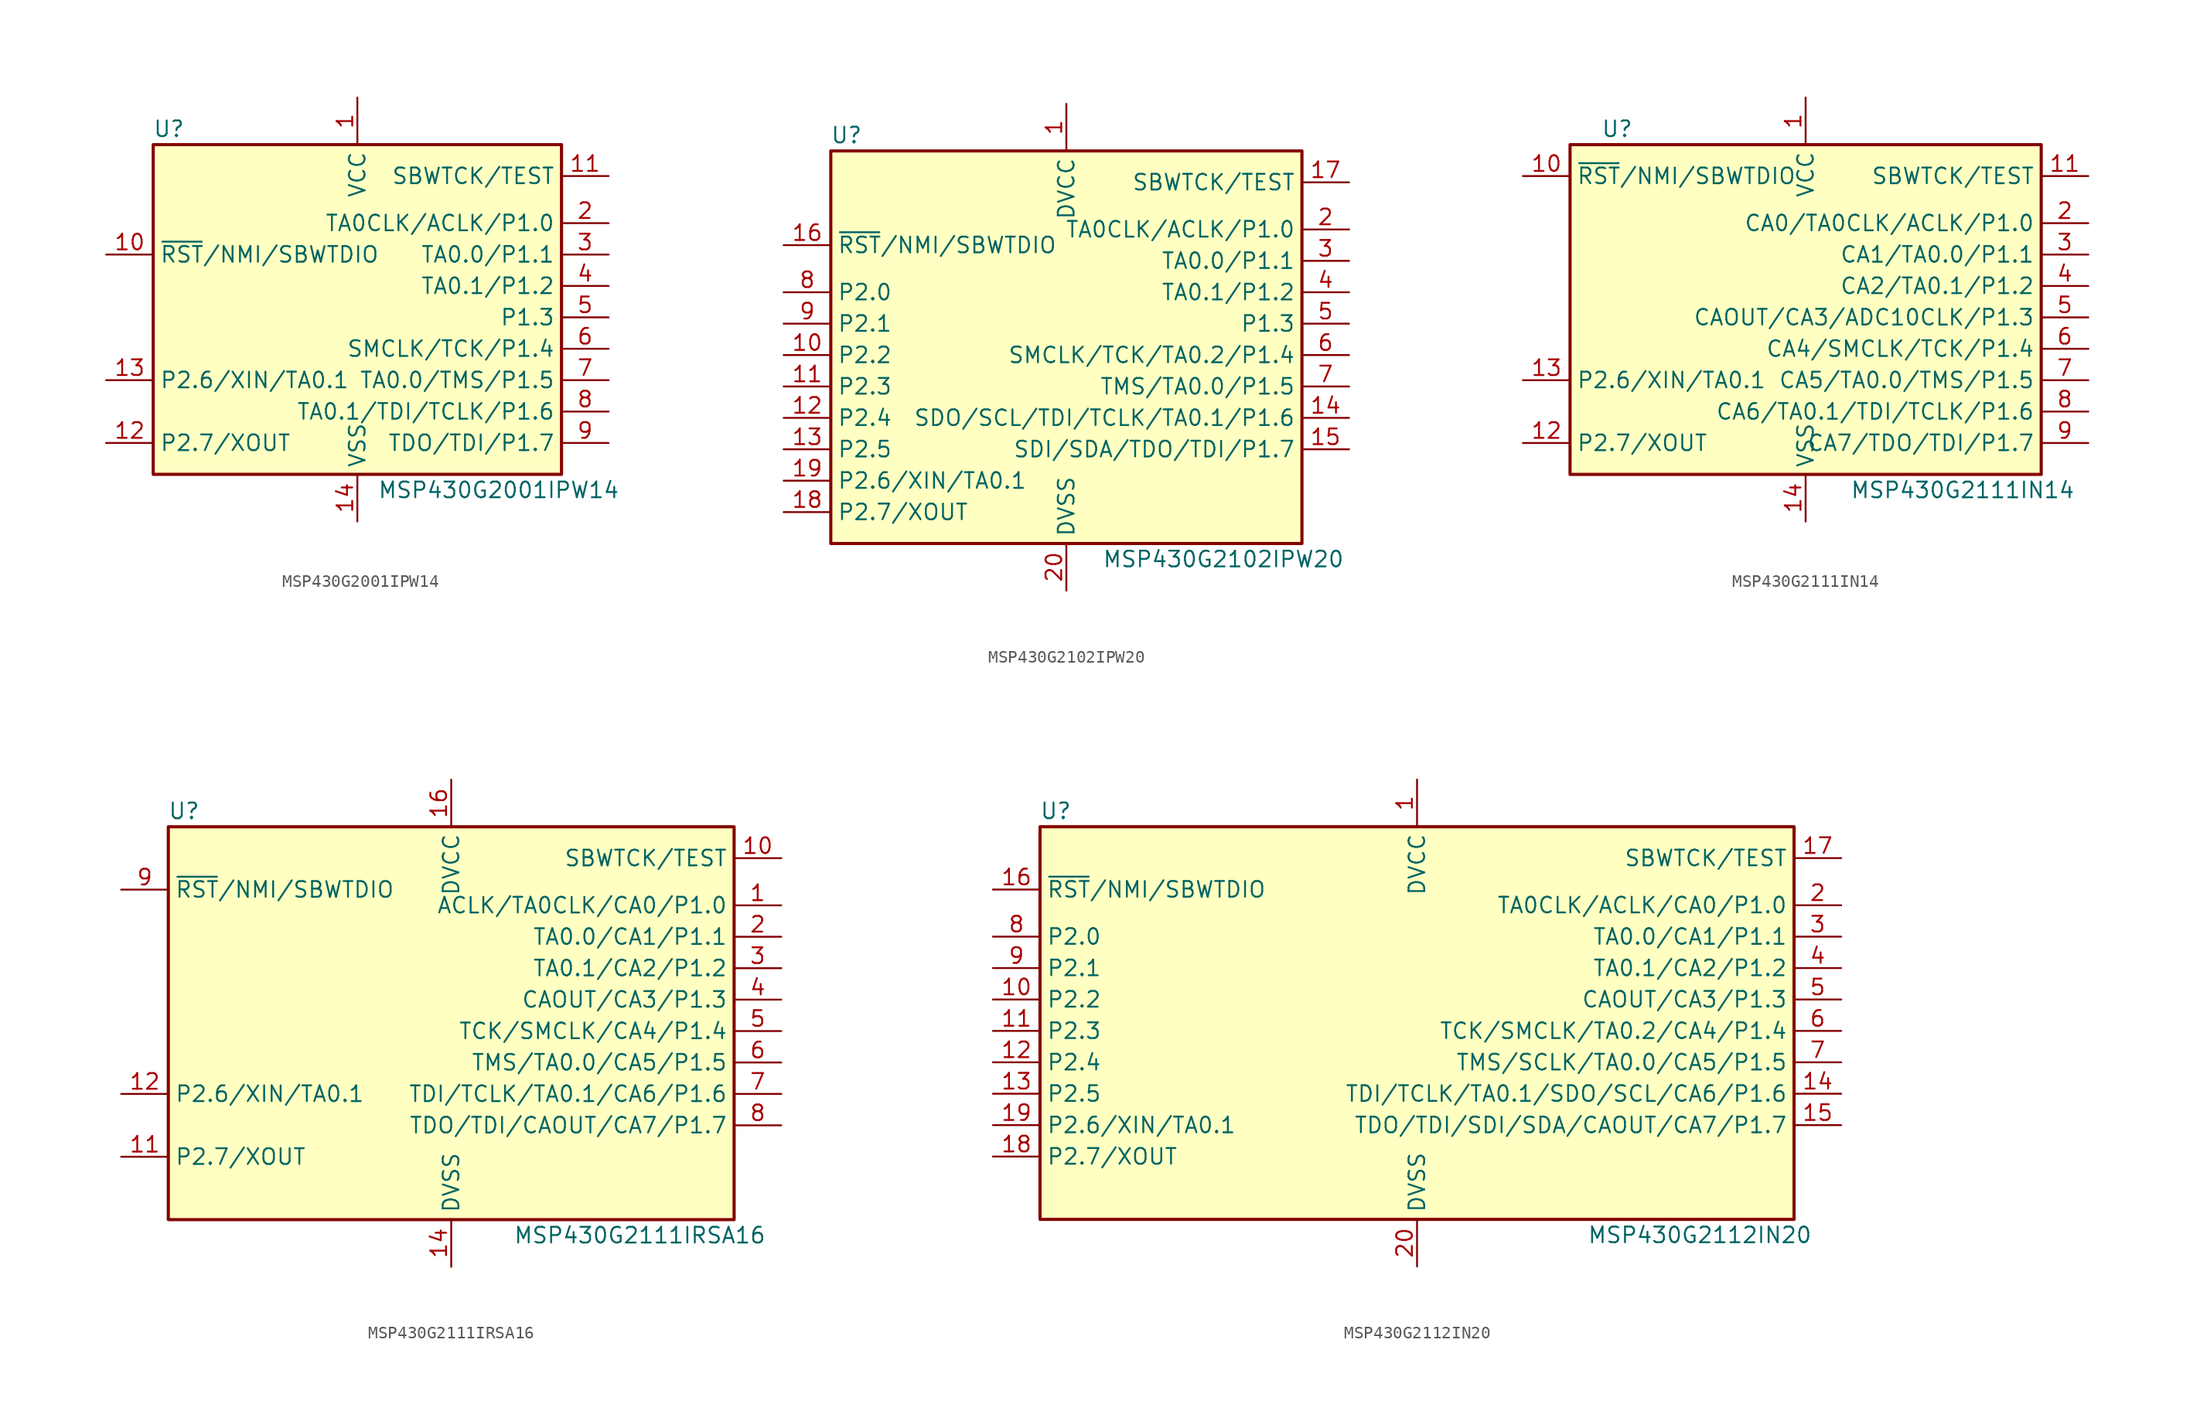
<source format=kicad_sym>
(kicad_symbol_lib
  (version 20201005)
  (generator kicad_symbol_editor)
  (symbol "MSP430G2001IPW14"
    (property "Reference" "U"
      (at -15.24 15.24 0)
      (effects (font (size 1.27 1.27))))
    (property "Value" "MSP430G2001IPW14"
      (at 11.43 -13.97 0)
      (effects (font (size 1.27 1.27))))
    (symbol "MSP430G2001IPW14_0_1"
      (rectangle (start -16.51 13.97) (end 16.51 -12.7) (stroke (width 0.254)) (fill (type background))))
    (symbol "MSP430G2001IPW14_1_1"
      (pin power_in line (at 0 17.78 270) (length 3.81) (name "VCC" (effects (font (size 1.27 1.27)))) (number "1" (effects (font (size 1.27 1.27)))))
      (pin input line (at -20.32 5.08 0) (length 3.81) (name "~RST~/NMI/SBWTDIO" (effects (font (size 1.27 1.27)))) (number "10" (effects (font (size 1.27 1.27)))))
      (pin input line (at 20.32 11.43 180) (length 3.81) (name "SBWTCK/TEST" (effects (font (size 1.27 1.27)))) (number "11" (effects (font (size 1.27 1.27)))))
      (pin bidirectional line (at -20.32 -10.16 0) (length 3.81) (name "P2.7/XOUT" (effects (font (size 1.27 1.27)))) (number "12" (effects (font (size 1.27 1.27)))))
      (pin bidirectional line (at -20.32 -5.08 0) (length 3.81) (name "P2.6/XIN/TA0.1" (effects (font (size 1.27 1.27)))) (number "13" (effects (font (size 1.27 1.27)))))
      (pin power_in line (at 0 -16.51 90) (length 3.81) (name "VSS" (effects (font (size 1.27 1.27)))) (number "14" (effects (font (size 1.27 1.27)))))
      (pin bidirectional line (at 20.32 7.62 180) (length 3.81) (name "TA0CLK/ACLK/P1.0" (effects (font (size 1.27 1.27)))) (number "2" (effects (font (size 1.27 1.27)))))
      (pin bidirectional line (at 20.32 5.08 180) (length 3.81) (name "TA0.0/P1.1" (effects (font (size 1.27 1.27)))) (number "3" (effects (font (size 1.27 1.27)))))
      (pin bidirectional line (at 20.32 2.54 180) (length 3.81) (name "TA0.1/P1.2" (effects (font (size 1.27 1.27)))) (number "4" (effects (font (size 1.27 1.27)))))
      (pin bidirectional line (at 20.32 0 180) (length 3.81) (name "P1.3" (effects (font (size 1.27 1.27)))) (number "5" (effects (font (size 1.27 1.27)))))
      (pin bidirectional line (at 20.32 -2.54 180) (length 3.81) (name "SMCLK/TCK/P1.4" (effects (font (size 1.27 1.27)))) (number "6" (effects (font (size 1.27 1.27)))))
      (pin bidirectional line (at 20.32 -5.08 180) (length 3.81) (name "TA0.0/TMS/P1.5" (effects (font (size 1.27 1.27)))) (number "7" (effects (font (size 1.27 1.27)))))
      (pin bidirectional line (at 20.32 -7.62 180) (length 3.81) (name "TA0.1/TDI/TCLK/P1.6" (effects (font (size 1.27 1.27)))) (number "8" (effects (font (size 1.27 1.27)))))
      (pin bidirectional line (at 20.32 -10.16 180) (length 3.81) (name "TDO/TDI/P1.7" (effects (font (size 1.27 1.27)))) (number "9" (effects (font (size 1.27 1.27)))))))
  (symbol "MSP430G2102IPW20"
    (property "Reference" "U"
      (at -17.78 17.78 0)
      (effects (font (size 1.27 1.27))))
    (property "Value" "MSP430G2102IPW20"
      (at 12.7 -16.51 0)
      (effects (font (size 1.27 1.27))))
    (symbol "MSP430G2102IPW20_0_1"
      (rectangle (start -19.05 16.51) (end 19.05 -15.24) (stroke (width 0.254)) (fill (type background))))
    (symbol "MSP430G2102IPW20_1_1"
      (pin power_in line (at 0 20.32 270) (length 3.81) (name "DVCC" (effects (font (size 1.27 1.27)))) (number "1" (effects (font (size 1.27 1.27)))))
      (pin bidirectional line (at -22.86 0 0) (length 3.81) (name "P2.2" (effects (font (size 1.27 1.27)))) (number "10" (effects (font (size 1.27 1.27)))))
      (pin bidirectional line (at -22.86 -2.54 0) (length 3.81) (name "P2.3" (effects (font (size 1.27 1.27)))) (number "11" (effects (font (size 1.27 1.27)))))
      (pin bidirectional line (at -22.86 -5.08 0) (length 3.81) (name "P2.4" (effects (font (size 1.27 1.27)))) (number "12" (effects (font (size 1.27 1.27)))))
      (pin bidirectional line (at -22.86 -7.62 0) (length 3.81) (name "P2.5" (effects (font (size 1.27 1.27)))) (number "13" (effects (font (size 1.27 1.27)))))
      (pin bidirectional line (at 22.86 -5.08 180) (length 3.81) (name "SDO/SCL/TDI/TCLK/TA0.1/P1.6" (effects (font (size 1.27 1.27)))) (number "14" (effects (font (size 1.27 1.27)))))
      (pin bidirectional line (at 22.86 -7.62 180) (length 3.81) (name "SDI/SDA/TDO/TDI/P1.7" (effects (font (size 1.27 1.27)))) (number "15" (effects (font (size 1.27 1.27)))))
      (pin input line (at -22.86 8.89 0) (length 3.81) (name "~RST~/NMI/SBWTDIO" (effects (font (size 1.27 1.27)))) (number "16" (effects (font (size 1.27 1.27)))))
      (pin input line (at 22.86 13.97 180) (length 3.81) (name "SBWTCK/TEST" (effects (font (size 1.27 1.27)))) (number "17" (effects (font (size 1.27 1.27)))))
      (pin bidirectional line (at -22.86 -12.7 0) (length 3.81) (name "P2.7/XOUT" (effects (font (size 1.27 1.27)))) (number "18" (effects (font (size 1.27 1.27)))))
      (pin bidirectional line (at -22.86 -10.16 0) (length 3.81) (name "P2.6/XIN/TA0.1" (effects (font (size 1.27 1.27)))) (number "19" (effects (font (size 1.27 1.27)))))
      (pin bidirectional line (at 22.86 10.16 180) (length 3.81) (name "TA0CLK/ACLK/P1.0" (effects (font (size 1.27 1.27)))) (number "2" (effects (font (size 1.27 1.27)))))
      (pin power_in line (at 0 -19.05 90) (length 3.81) (name "DVSS" (effects (font (size 1.27 1.27)))) (number "20" (effects (font (size 1.27 1.27)))))
      (pin bidirectional line (at 22.86 7.62 180) (length 3.81) (name "TA0.0/P1.1" (effects (font (size 1.27 1.27)))) (number "3" (effects (font (size 1.27 1.27)))))
      (pin bidirectional line (at 22.86 5.08 180) (length 3.81) (name "TA0.1/P1.2" (effects (font (size 1.27 1.27)))) (number "4" (effects (font (size 1.27 1.27)))))
      (pin bidirectional line (at 22.86 2.54 180) (length 3.81) (name "P1.3" (effects (font (size 1.27 1.27)))) (number "5" (effects (font (size 1.27 1.27)))))
      (pin bidirectional line (at 22.86 0 180) (length 3.81) (name "SMCLK/TCK/TA0.2/P1.4" (effects (font (size 1.27 1.27)))) (number "6" (effects (font (size 1.27 1.27)))))
      (pin bidirectional line (at 22.86 -2.54 180) (length 3.81) (name "TMS/TA0.0/P1.5" (effects (font (size 1.27 1.27)))) (number "7" (effects (font (size 1.27 1.27)))))
      (pin bidirectional line (at -22.86 5.08 0) (length 3.81) (name "P2.0" (effects (font (size 1.27 1.27)))) (number "8" (effects (font (size 1.27 1.27)))))
      (pin bidirectional line (at -22.86 2.54 0) (length 3.81) (name "P2.1" (effects (font (size 1.27 1.27)))) (number "9" (effects (font (size 1.27 1.27)))))))
  (symbol "MSP430G2111IN14"
    (property "Reference" "U"
      (at -15.24 15.24 0)
      (effects (font (size 1.27 1.27))))
    (property "Value" "MSP430G2111IN14"
      (at 12.7 -13.97 0)
      (effects (font (size 1.27 1.27))))
    (symbol "MSP430G2111IN14_0_1"
      (rectangle (start -19.05 13.97) (end 19.05 -12.7) (stroke (width 0.254)) (fill (type background))))
    (symbol "MSP430G2111IN14_1_1"
      (pin power_in line (at 0 17.78 270) (length 3.81) (name "VCC" (effects (font (size 1.27 1.27)))) (number "1" (effects (font (size 1.27 1.27)))))
      (pin input line (at -22.86 11.43 0) (length 3.81) (name "~RST~/NMI/SBWTDIO" (effects (font (size 1.27 1.27)))) (number "10" (effects (font (size 1.27 1.27)))))
      (pin input line (at 22.86 11.43 180) (length 3.81) (name "SBWTCK/TEST" (effects (font (size 1.27 1.27)))) (number "11" (effects (font (size 1.27 1.27)))))
      (pin bidirectional line (at -22.86 -10.16 0) (length 3.81) (name "P2.7/XOUT" (effects (font (size 1.27 1.27)))) (number "12" (effects (font (size 1.27 1.27)))))
      (pin bidirectional line (at -22.86 -5.08 0) (length 3.81) (name "P2.6/XIN/TA0.1" (effects (font (size 1.27 1.27)))) (number "13" (effects (font (size 1.27 1.27)))))
      (pin power_in line (at 0 -16.51 90) (length 3.81) (name "VSS" (effects (font (size 1.27 1.27)))) (number "14" (effects (font (size 1.27 1.27)))))
      (pin bidirectional line (at 22.86 7.62 180) (length 3.81) (name "CA0/TA0CLK/ACLK/P1.0" (effects (font (size 1.27 1.27)))) (number "2" (effects (font (size 1.27 1.27)))))
      (pin bidirectional line (at 22.86 5.08 180) (length 3.81) (name "CA1/TA0.0/P1.1" (effects (font (size 1.27 1.27)))) (number "3" (effects (font (size 1.27 1.27)))))
      (pin bidirectional line (at 22.86 2.54 180) (length 3.81) (name "CA2/TA0.1/P1.2" (effects (font (size 1.27 1.27)))) (number "4" (effects (font (size 1.27 1.27)))))
      (pin bidirectional line (at 22.86 0 180) (length 3.81) (name "CAOUT/CA3/ADC10CLK/P1.3" (effects (font (size 1.27 1.27)))) (number "5" (effects (font (size 1.27 1.27)))))
      (pin bidirectional line (at 22.86 -2.54 180) (length 3.81) (name "CA4/SMCLK/TCK/P1.4" (effects (font (size 1.27 1.27)))) (number "6" (effects (font (size 1.27 1.27)))))
      (pin bidirectional line (at 22.86 -5.08 180) (length 3.81) (name "CA5/TA0.0/TMS/P1.5" (effects (font (size 1.27 1.27)))) (number "7" (effects (font (size 1.27 1.27)))))
      (pin bidirectional line (at 22.86 -7.62 180) (length 3.81) (name "CA6/TA0.1/TDI/TCLK/P1.6" (effects (font (size 1.27 1.27)))) (number "8" (effects (font (size 1.27 1.27)))))
      (pin bidirectional line (at 22.86 -10.16 180) (length 3.81) (name "CA7/TDO/TDI/P1.7" (effects (font (size 1.27 1.27)))) (number "9" (effects (font (size 1.27 1.27)))))))
  (symbol "MSP430G2111IRSA16"
    (property "Reference" "U"
      (at -21.59 17.78 0)
      (effects (font (size 1.27 1.27))))
    (property "Value" "MSP430G2111IRSA16"
      (at 15.24 -16.51 0)
      (effects (font (size 1.27 1.27))))
    (symbol "MSP430G2111IRSA16_0_1"
      (rectangle (start -22.86 16.51) (end 22.86 -15.24) (stroke (width 0.254)) (fill (type background))))
    (symbol "MSP430G2111IRSA16_1_1"
      (pin bidirectional line (at 26.67 10.16 180) (length 3.81) (name "ACLK/TA0CLK/CA0/P1.0" (effects (font (size 1.27 1.27)))) (number "1" (effects (font (size 1.27 1.27)))))
      (pin input line (at 26.67 13.97 180) (length 3.81) (name "SBWTCK/TEST" (effects (font (size 1.27 1.27)))) (number "10" (effects (font (size 1.27 1.27)))))
      (pin bidirectional line (at -26.67 -10.16 0) (length 3.81) (name "P2.7/XOUT" (effects (font (size 1.27 1.27)))) (number "11" (effects (font (size 1.27 1.27)))))
      (pin bidirectional line (at -26.67 -5.08 0) (length 3.81) (name "P2.6/XIN/TA0.1" (effects (font (size 1.27 1.27)))) (number "12" (effects (font (size 1.27 1.27)))))
      (pin power_in line (at 0 -19.05 90) (length 3.81) (name "DVSS" (effects (font (size 1.27 1.27)))) (number "14" (effects (font (size 1.27 1.27)))))
      (pin power_in line (at 0 20.32 270) (length 3.81) (name "DVCC" (effects (font (size 1.27 1.27)))) (number "16" (effects (font (size 1.27 1.27)))))
      (pin bidirectional line (at 26.67 7.62 180) (length 3.81) (name "TA0.0/CA1/P1.1" (effects (font (size 1.27 1.27)))) (number "2" (effects (font (size 1.27 1.27)))))
      (pin bidirectional line (at 26.67 5.08 180) (length 3.81) (name "TA0.1/CA2/P1.2" (effects (font (size 1.27 1.27)))) (number "3" (effects (font (size 1.27 1.27)))))
      (pin bidirectional line (at 26.67 2.54 180) (length 3.81) (name "CAOUT/CA3/P1.3" (effects (font (size 1.27 1.27)))) (number "4" (effects (font (size 1.27 1.27)))))
      (pin bidirectional line (at 26.67 0 180) (length 3.81) (name "TCK/SMCLK/CA4/P1.4" (effects (font (size 1.27 1.27)))) (number "5" (effects (font (size 1.27 1.27)))))
      (pin bidirectional line (at 26.67 -2.54 180) (length 3.81) (name "TMS/TA0.0/CA5/P1.5" (effects (font (size 1.27 1.27)))) (number "6" (effects (font (size 1.27 1.27)))))
      (pin bidirectional line (at 26.67 -5.08 180) (length 3.81) (name "TDI/TCLK/TA0.1/CA6/P1.6" (effects (font (size 1.27 1.27)))) (number "7" (effects (font (size 1.27 1.27)))))
      (pin bidirectional line (at 26.67 -7.62 180) (length 3.81) (name "TDO/TDI/CAOUT/CA7/P1.7" (effects (font (size 1.27 1.27)))) (number "8" (effects (font (size 1.27 1.27)))))
      (pin input line (at -26.67 11.43 0) (length 3.81) (name "~RST~/NMI/SBWTDIO" (effects (font (size 1.27 1.27)))) (number "9" (effects (font (size 1.27 1.27)))))))
  (symbol "MSP430G2112IN20"
    (property "Reference" "U"
      (at -29.21 17.78 0)
      (effects (font (size 1.27 1.27))))
    (property "Value" "MSP430G2112IN20"
      (at 22.86 -16.51 0)
      (effects (font (size 1.27 1.27))))
    (symbol "MSP430G2112IN20_0_1"
      (rectangle (start -30.48 16.51) (end 30.48 -15.24) (stroke (width 0.254)) (fill (type background))))
    (symbol "MSP430G2112IN20_1_1"
      (pin power_in line (at 0 20.32 270) (length 3.81) (name "DVCC" (effects (font (size 1.27 1.27)))) (number "1" (effects (font (size 1.27 1.27)))))
      (pin bidirectional line (at -34.29 2.54 0) (length 3.81) (name "P2.2" (effects (font (size 1.27 1.27)))) (number "10" (effects (font (size 1.27 1.27)))))
      (pin bidirectional line (at -34.29 0 0) (length 3.81) (name "P2.3" (effects (font (size 1.27 1.27)))) (number "11" (effects (font (size 1.27 1.27)))))
      (pin bidirectional line (at -34.29 -2.54 0) (length 3.81) (name "P2.4" (effects (font (size 1.27 1.27)))) (number "12" (effects (font (size 1.27 1.27)))))
      (pin bidirectional line (at -34.29 -5.08 0) (length 3.81) (name "P2.5" (effects (font (size 1.27 1.27)))) (number "13" (effects (font (size 1.27 1.27)))))
      (pin bidirectional line (at 34.29 -5.08 180) (length 3.81) (name "TDI/TCLK/TA0.1/SDO/SCL/CA6/P1.6" (effects (font (size 1.27 1.27)))) (number "14" (effects (font (size 1.27 1.27)))))
      (pin bidirectional line (at 34.29 -7.62 180) (length 3.81) (name "TDO/TDI/SDI/SDA/CAOUT/CA7/P1.7" (effects (font (size 1.27 1.27)))) (number "15" (effects (font (size 1.27 1.27)))))
      (pin input line (at -34.29 11.43 0) (length 3.81) (name "~RST~/NMI/SBWTDIO" (effects (font (size 1.27 1.27)))) (number "16" (effects (font (size 1.27 1.27)))))
      (pin input line (at 34.29 13.97 180) (length 3.81) (name "SBWTCK/TEST" (effects (font (size 1.27 1.27)))) (number "17" (effects (font (size 1.27 1.27)))))
      (pin bidirectional line (at -34.29 -10.16 0) (length 3.81) (name "P2.7/XOUT" (effects (font (size 1.27 1.27)))) (number "18" (effects (font (size 1.27 1.27)))))
      (pin bidirectional line (at -34.29 -7.62 0) (length 3.81) (name "P2.6/XIN/TA0.1" (effects (font (size 1.27 1.27)))) (number "19" (effects (font (size 1.27 1.27)))))
      (pin bidirectional line (at 34.29 10.16 180) (length 3.81) (name "TA0CLK/ACLK/CA0/P1.0" (effects (font (size 1.27 1.27)))) (number "2" (effects (font (size 1.27 1.27)))))
      (pin power_in line (at 0 -19.05 90) (length 3.81) (name "DVSS" (effects (font (size 1.27 1.27)))) (number "20" (effects (font (size 1.27 1.27)))))
      (pin bidirectional line (at 34.29 7.62 180) (length 3.81) (name "TA0.0/CA1/P1.1" (effects (font (size 1.27 1.27)))) (number "3" (effects (font (size 1.27 1.27)))))
      (pin bidirectional line (at 34.29 5.08 180) (length 3.81) (name "TA0.1/CA2/P1.2" (effects (font (size 1.27 1.27)))) (number "4" (effects (font (size 1.27 1.27)))))
      (pin bidirectional line (at 34.29 2.54 180) (length 3.81) (name "CAOUT/CA3/P1.3" (effects (font (size 1.27 1.27)))) (number "5" (effects (font (size 1.27 1.27)))))
      (pin bidirectional line (at 34.29 0 180) (length 3.81) (name "TCK/SMCLK/TA0.2/CA4/P1.4" (effects (font (size 1.27 1.27)))) (number "6" (effects (font (size 1.27 1.27)))))
      (pin bidirectional line (at 34.29 -2.54 180) (length 3.81) (name "TMS/SCLK/TA0.0/CA5/P1.5" (effects (font (size 1.27 1.27)))) (number "7" (effects (font (size 1.27 1.27)))))
      (pin bidirectional line (at -34.29 7.62 0) (length 3.81) (name "P2.0" (effects (font (size 1.27 1.27)))) (number "8" (effects (font (size 1.27 1.27)))))
      (pin bidirectional line (at -34.29 5.08 0) (length 3.81) (name "P2.1" (effects (font (size 1.27 1.27)))) (number "9" (effects (font (size 1.27 1.27))))))))
</source>
